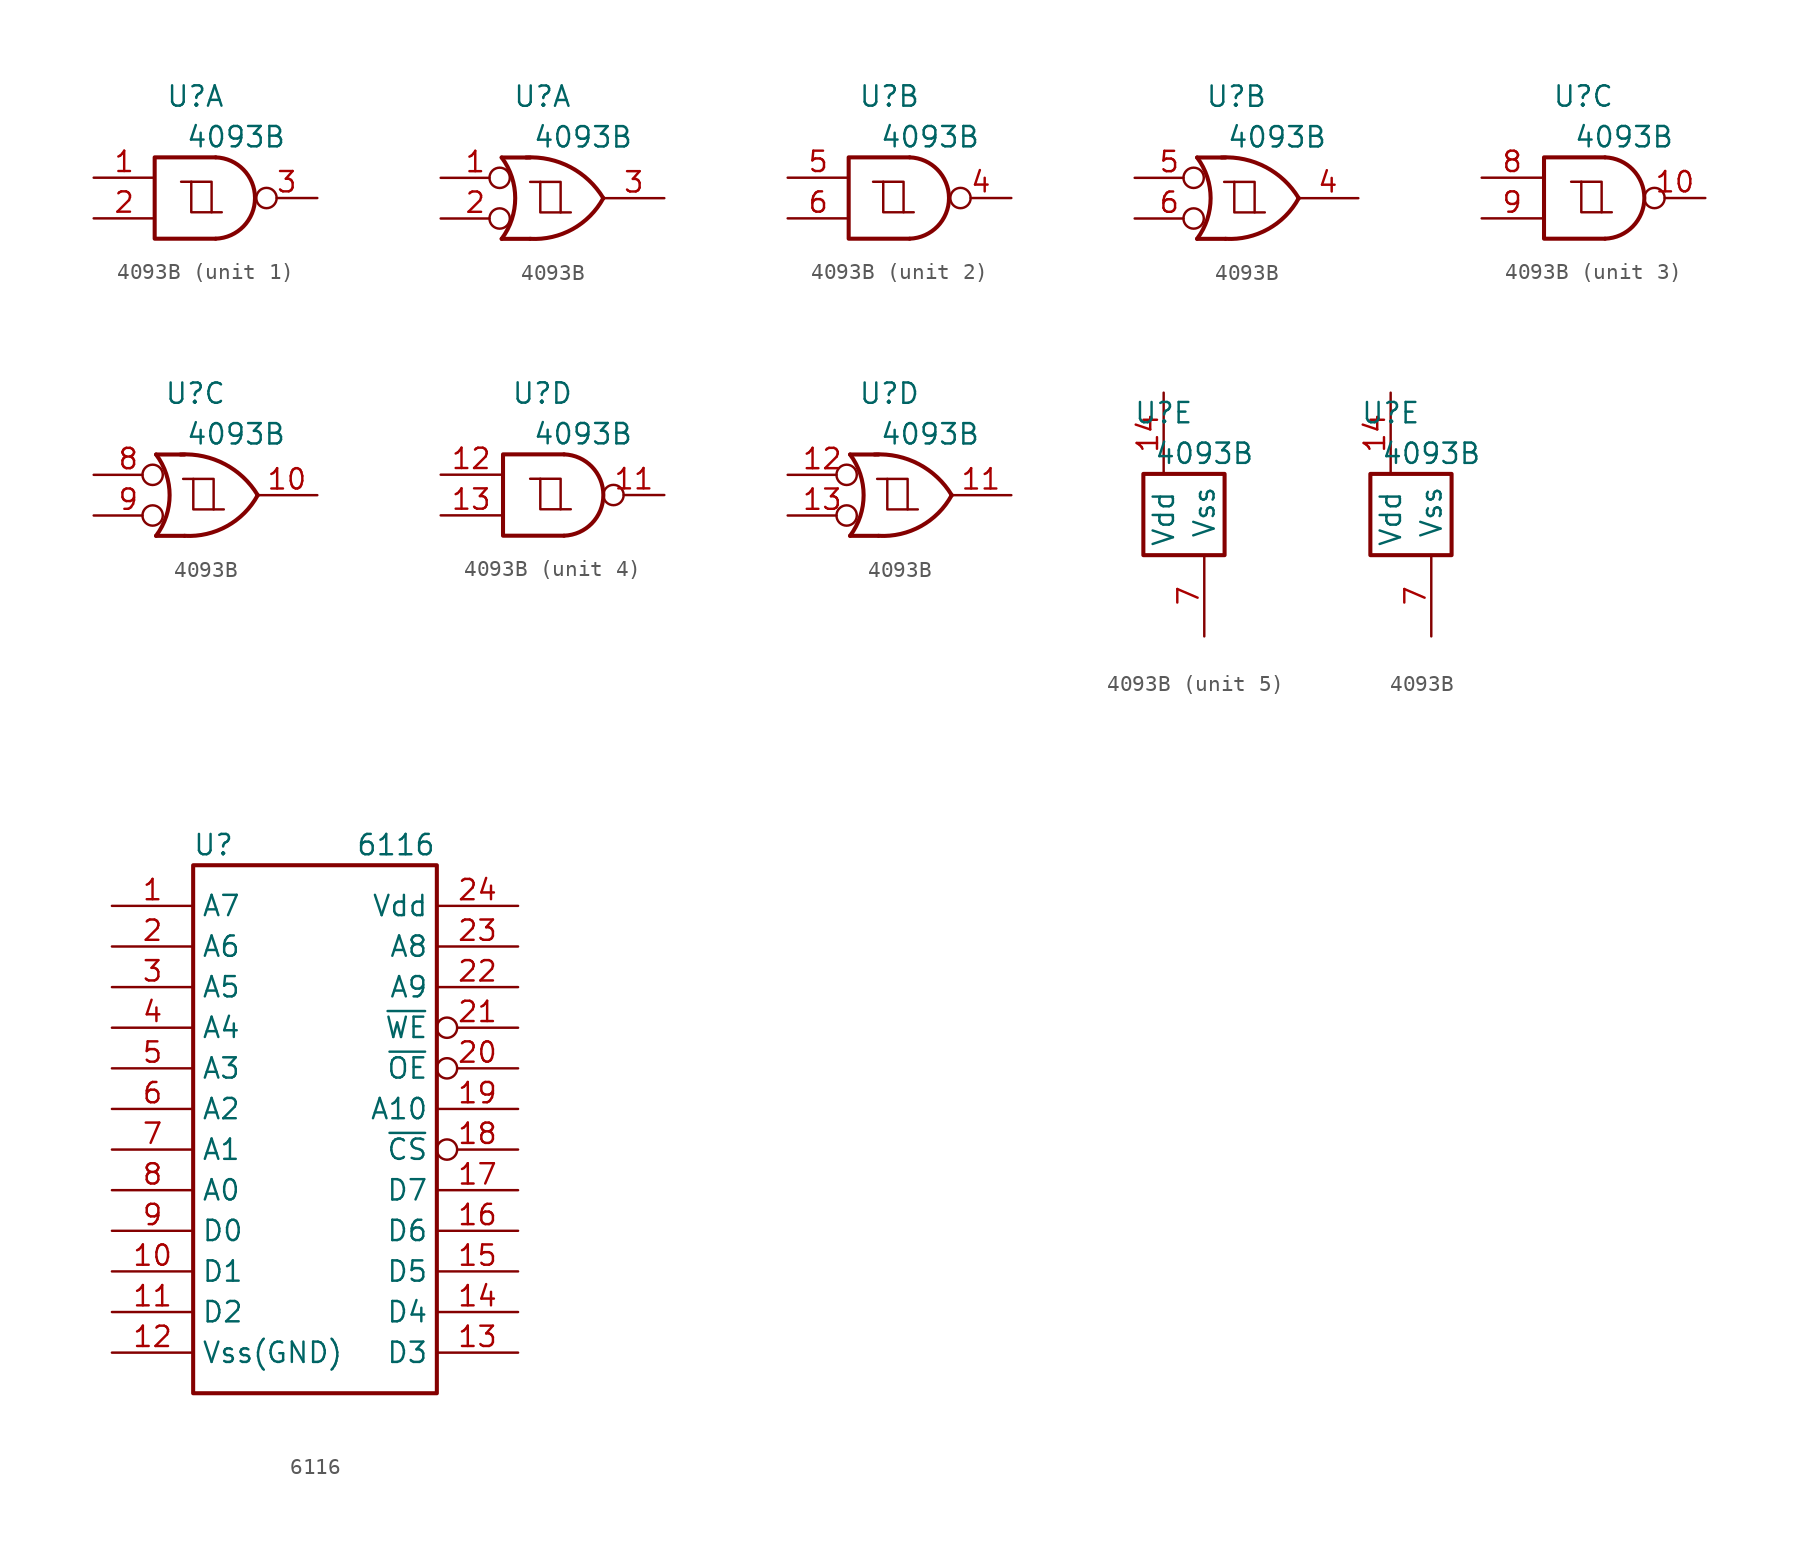
<source format=kicad_sym>
(kicad_symbol_lib
  (version 20241209)
  (generator "kicad_symbol_editor")
  (generator_version "9.0")
  (symbol "4093B"
    (pin_names
      (offset 1.016))
    (property "Reference" "U"
      (at -1.27 6.35 0)
      (effects (font (size 1.27 1.27))))
    (property "Value" "4093B"
      (at 1.27 3.81 0)
      (effects (font (size 1.27 1.27))))
    (property "ki_locked" ""
      (at 0 0 0)
      (effects (font (size 1.27 1.27))))
    (symbol "4093B_1_1"
      (polyline (pts (xy -2.159 1.016) (xy -0.254 1.016) (xy -0.254 -0.889)) (stroke (width 0) (type default)) (fill (type none)))
      (polyline (pts (xy -1.524 1.016) (xy -1.524 -0.889) (xy 0.381 -0.889)) (stroke (width 0) (type default)) (fill (type none)))
      (arc (start 0 2.54) (mid 2.4571 0) (end 0 -2.54) (stroke (width 0.254) (type default)) (fill (type none)))
      (polyline (pts (xy 0 2.54) (xy -3.81 2.54) (xy -3.81 -2.54) (xy 0 -2.54)) (stroke (width 0.254) (type default)) (fill (type none)))
      (pin input line (at -7.62 1.27 0) (length 3.81) (name "~" (effects (font (size 1.27 1.27)))) (number "1" (effects (font (size 1.27 1.27)))))
      (pin input line (at -7.62 -1.27 0) (length 3.81) (name "~" (effects (font (size 1.27 1.27)))) (number "2" (effects (font (size 1.27 1.27)))))
      (pin output inverted (at 6.35 0 180) (length 3.81) (name "~" (effects (font (size 1.27 1.27)))) (number "3" (effects (font (size 1.27 1.27))))))
    (symbol "4093B_1_2"
      (arc (start -3.81 2.54) (mid -2.964 0) (end -3.81 -2.54) (stroke (width 0.254) (type default)) (fill (type none)))
      (polyline (pts (xy -3.81 2.54) (xy -2.032 2.54)) (stroke (width 0.254) (type default)) (fill (type none)))
      (polyline (pts (xy -3.81 -2.54) (xy -2.032 -2.54)) (stroke (width 0.254) (type default)) (fill (type none)))
      (polyline (pts (xy -2.032 1.016) (xy -0.127 1.016) (xy -0.127 -0.889)) (stroke (width 0) (type default)) (fill (type none)))
      (arc (start -2.286 2.54) (mid 0.4797 1.9402) (end 2.54 0) (stroke (width 0.254) (type default)) (fill (type none)))
      (arc (start 2.54 0) (mid 0.6219 -1.9322) (end -2.032 -2.54) (stroke (width 0.254) (type default)) (fill (type none)))
      (polyline (pts (xy -1.397 1.016) (xy -1.397 -0.889) (xy 0.508 -0.889)) (stroke (width 0) (type default)) (fill (type none)))
      (polyline (pts (xy -1.27 2.54) (xy -3.81 2.54) (xy -3.175 1.27) (xy -2.794 0) (xy -3.175 -1.27) (xy -3.81 -2.54) (xy -1.27 -2.54)) (stroke (width -0.0001) (type default)) (fill (type none)))
      (pin input inverted (at -7.62 1.27 0) (length 4.318) (name "~" (effects (font (size 1.27 1.27)))) (number "1" (effects (font (size 1.27 1.27)))))
      (pin input inverted (at -7.62 -1.27 0) (length 4.318) (name "~" (effects (font (size 1.27 1.27)))) (number "2" (effects (font (size 1.27 1.27)))))
      (pin output line (at 6.35 0 180) (length 3.81) (name "~" (effects (font (size 1.27 1.27)))) (number "3" (effects (font (size 1.27 1.27))))))
    (symbol "4093B_2_1"
      (polyline (pts (xy -2.286 1.016) (xy -0.381 1.016) (xy -0.381 -0.889)) (stroke (width 0) (type default)) (fill (type none)))
      (polyline (pts (xy -1.651 1.016) (xy -1.651 -0.889) (xy 0.254 -0.889)) (stroke (width 0) (type default)) (fill (type none)))
      (arc (start 0 2.54) (mid 2.4571 0) (end 0 -2.54) (stroke (width 0.254) (type default)) (fill (type none)))
      (polyline (pts (xy 0 2.54) (xy -3.81 2.54) (xy -3.81 -2.54) (xy 0 -2.54)) (stroke (width 0.254) (type default)) (fill (type none)))
      (pin input line (at -7.62 1.27 0) (length 3.81) (name "~" (effects (font (size 1.27 1.27)))) (number "5" (effects (font (size 1.27 1.27)))))
      (pin input line (at -7.62 -1.27 0) (length 3.81) (name "~" (effects (font (size 1.27 1.27)))) (number "6" (effects (font (size 1.27 1.27)))))
      (pin output inverted (at 6.35 0 180) (length 3.81) (name "~" (effects (font (size 1.27 1.27)))) (number "4" (effects (font (size 1.27 1.27))))))
    (symbol "4093B_2_2"
      (arc (start -3.722 2.54) (mid -2.876 0) (end -3.722 -2.54) (stroke (width 0.254) (type default)) (fill (type none)))
      (polyline (pts (xy -3.722 2.54) (xy -1.944 2.54)) (stroke (width 0.254) (type default)) (fill (type none)))
      (polyline (pts (xy -3.722 -2.54) (xy -1.944 -2.54)) (stroke (width 0.254) (type default)) (fill (type none)))
      (polyline (pts (xy -2.032 1.016) (xy -0.127 1.016) (xy -0.127 -0.889)) (stroke (width 0) (type default)) (fill (type none)))
      (arc (start -2.198 2.54) (mid 0.5677 1.9402) (end 2.628 0) (stroke (width 0.254) (type default)) (fill (type none)))
      (arc (start 2.628 0) (mid 0.7099 -1.9322) (end -1.944 -2.54) (stroke (width 0.254) (type default)) (fill (type none)))
      (polyline (pts (xy -1.397 1.016) (xy -1.397 -0.889) (xy 0.508 -0.889)) (stroke (width 0) (type default)) (fill (type none)))
      (polyline (pts (xy -1.182 2.54) (xy -3.722 2.54) (xy -3.087 1.27) (xy -2.706 0) (xy -3.087 -1.27) (xy -3.722 -2.54) (xy -1.182 -2.54)) (stroke (width -0.0001) (type default)) (fill (type none)))
      (pin input inverted (at -7.62 1.27 0) (length 4.318) (name "~" (effects (font (size 1.27 1.27)))) (number "5" (effects (font (size 1.27 1.27)))))
      (pin input inverted (at -7.62 -1.27 0) (length 4.318) (name "~" (effects (font (size 1.27 1.27)))) (number "6" (effects (font (size 1.27 1.27)))))
      (pin output line (at 6.35 0 180) (length 3.81) (name "~" (effects (font (size 1.27 1.27)))) (number "4" (effects (font (size 1.27 1.27))))))
    (symbol "4093B_3_1"
      (polyline (pts (xy -2.032 1.016) (xy -0.127 1.016) (xy -0.127 -0.889)) (stroke (width 0) (type default)) (fill (type none)))
      (polyline (pts (xy -1.397 1.016) (xy -1.397 -0.889) (xy 0.508 -0.889)) (stroke (width 0) (type default)) (fill (type none)))
      (arc (start 0.0843 2.54) (mid 2.5414 0) (end 0.0843 -2.54) (stroke (width 0.254) (type default)) (fill (type none)))
      (polyline (pts (xy 0.084 2.54) (xy -3.726 2.54) (xy -3.726 -2.54) (xy 0.084 -2.54)) (stroke (width 0.254) (type default)) (fill (type none)))
      (pin input line (at -7.62 1.27 0) (length 3.81) (name "~" (effects (font (size 1.27 1.27)))) (number "8" (effects (font (size 1.27 1.27)))))
      (pin input line (at -7.62 -1.27 0) (length 3.81) (name "~" (effects (font (size 1.27 1.27)))) (number "9" (effects (font (size 1.27 1.27)))))
      (pin output inverted (at 6.35 0 180) (length 3.81) (name "~" (effects (font (size 1.27 1.27)))) (number "10" (effects (font (size 1.27 1.27))))))
    (symbol "4093B_3_2"
      (arc (start -3.722 2.54) (mid -2.876 0) (end -3.722 -2.54) (stroke (width 0.254) (type default)) (fill (type none)))
      (polyline (pts (xy -3.722 2.54) (xy -1.944 2.54)) (stroke (width 0.254) (type default)) (fill (type none)))
      (polyline (pts (xy -3.722 -2.54) (xy -1.944 -2.54)) (stroke (width 0.254) (type default)) (fill (type none)))
      (polyline (pts (xy -2.032 1.016) (xy -0.127 1.016) (xy -0.127 -0.889)) (stroke (width 0) (type default)) (fill (type none)))
      (arc (start -2.198 2.54) (mid 0.5677 1.9402) (end 2.628 0) (stroke (width 0.254) (type default)) (fill (type none)))
      (arc (start 2.628 0) (mid 0.7099 -1.9322) (end -1.944 -2.54) (stroke (width 0.254) (type default)) (fill (type none)))
      (polyline (pts (xy -1.397 1.016) (xy -1.397 -0.889) (xy 0.508 -0.889)) (stroke (width 0) (type default)) (fill (type none)))
      (polyline (pts (xy -1.182 2.54) (xy -3.722 2.54) (xy -3.087 1.27) (xy -2.706 0) (xy -3.087 -1.27) (xy -3.722 -2.54) (xy -1.182 -2.54)) (stroke (width -0.0001) (type default)) (fill (type none)))
      (pin input inverted (at -7.62 1.27 0) (length 4.318) (name "~" (effects (font (size 1.27 1.27)))) (number "8" (effects (font (size 1.27 1.27)))))
      (pin input inverted (at -7.62 -1.27 0) (length 4.318) (name "~" (effects (font (size 1.27 1.27)))) (number "9" (effects (font (size 1.27 1.27)))))
      (pin output line (at 6.35 0 180) (length 3.81) (name "~" (effects (font (size 1.27 1.27)))) (number "10" (effects (font (size 1.27 1.27))))))
    (symbol "4093B_4_1"
      (polyline (pts (xy -2.032 1.016) (xy -0.127 1.016) (xy -0.127 -0.889)) (stroke (width 0) (type default)) (fill (type none)))
      (polyline (pts (xy -1.397 1.016) (xy -1.397 -0.889) (xy 0.508 -0.889)) (stroke (width 0) (type default)) (fill (type none)))
      (arc (start 0.0843 2.54) (mid 2.5414 0) (end 0.0843 -2.54) (stroke (width 0.254) (type default)) (fill (type none)))
      (polyline (pts (xy 0.084 2.54) (xy -3.726 2.54) (xy -3.726 -2.54) (xy 0.084 -2.54)) (stroke (width 0.254) (type default)) (fill (type none)))
      (pin input line (at -7.62 1.27 0) (length 3.81) (name "~" (effects (font (size 1.27 1.27)))) (number "12" (effects (font (size 1.27 1.27)))))
      (pin input line (at -7.62 -1.27 0) (length 3.81) (name "~" (effects (font (size 1.27 1.27)))) (number "13" (effects (font (size 1.27 1.27)))))
      (pin output inverted (at 6.35 0 180) (length 3.81) (name "~" (effects (font (size 1.27 1.27)))) (number "11" (effects (font (size 1.27 1.27))))))
    (symbol "4093B_4_2"
      (arc (start -3.722 2.54) (mid -2.876 0) (end -3.722 -2.54) (stroke (width 0.254) (type default)) (fill (type none)))
      (polyline (pts (xy -3.722 2.54) (xy -1.944 2.54)) (stroke (width 0.254) (type default)) (fill (type none)))
      (polyline (pts (xy -3.722 -2.54) (xy -1.944 -2.54)) (stroke (width 0.254) (type default)) (fill (type none)))
      (polyline (pts (xy -2.032 1.016) (xy -0.127 1.016) (xy -0.127 -0.889)) (stroke (width 0) (type default)) (fill (type none)))
      (arc (start -2.198 2.54) (mid 0.5677 1.9402) (end 2.628 0) (stroke (width 0.254) (type default)) (fill (type none)))
      (arc (start 2.628 0) (mid 0.7099 -1.9322) (end -1.944 -2.54) (stroke (width 0.254) (type default)) (fill (type none)))
      (polyline (pts (xy -1.397 1.016) (xy -1.397 -0.889) (xy 0.508 -0.889)) (stroke (width 0) (type default)) (fill (type none)))
      (polyline (pts (xy -1.182 2.54) (xy -3.722 2.54) (xy -3.087 1.27) (xy -2.706 0) (xy -3.087 -1.27) (xy -3.722 -2.54) (xy -1.182 -2.54)) (stroke (width -0.0001) (type default)) (fill (type none)))
      (pin input inverted (at -7.62 1.27 0) (length 4.318) (name "~" (effects (font (size 1.27 1.27)))) (number "12" (effects (font (size 1.27 1.27)))))
      (pin input inverted (at -7.62 -1.27 0) (length 4.318) (name "~" (effects (font (size 1.27 1.27)))) (number "13" (effects (font (size 1.27 1.27)))))
      (pin output line (at 6.35 0 180) (length 3.81) (name "~" (effects (font (size 1.27 1.27)))) (number "11" (effects (font (size 1.27 1.27))))))
    (symbol "4093B_5_0"
      (rectangle (start -2.54 2.54) (end 2.54 -2.54) (stroke (width 0.254) (type default)) (fill (type none)))
      (pin power_in line (at -1.27 7.62 270) (length 5.08) (name "Vdd" (effects (font (size 1.27 1.27)))) (number "14" (effects (font (size 1.27 1.27)))))
      (pin power_in line (at 1.27 -7.62 90) (length 5.08) (name "Vss" (effects (font (size 1.27 1.27)))) (number "7" (effects (font (size 1.27 1.27)))))))
  (symbol "6116"
    (property "Reference" "U"
      (at -6.35 24.13 0)
      (effects (font (size 1.27 1.27))))
    (property "Value" "6116"
      (at 2.54 24.13 0)
      (effects (font (size 1.27 1.27)) (justify left)))
    (symbol "6116_1_1"
      (rectangle (start -7.62 22.86) (end 7.62 -10.16) (stroke (width 0.254) (type default)) (fill (type none)))
      (pin input line (at -12.7 20.32 0) (length 5.08) (name "A7" (effects (font (size 1.27 1.27)))) (number "1" (effects (font (size 1.27 1.27)))))
      (pin input line (at -12.7 17.78 0) (length 5.08) (name "A6" (effects (font (size 1.27 1.27)))) (number "2" (effects (font (size 1.27 1.27)))))
      (pin input line (at -12.7 15.24 0) (length 5.08) (name "A5" (effects (font (size 1.27 1.27)))) (number "3" (effects (font (size 1.27 1.27)))))
      (pin input line (at -12.7 12.7 0) (length 5.08) (name "A4" (effects (font (size 1.27 1.27)))) (number "4" (effects (font (size 1.27 1.27)))))
      (pin input line (at -12.7 10.16 0) (length 5.08) (name "A3" (effects (font (size 1.27 1.27)))) (number "5" (effects (font (size 1.27 1.27)))))
      (pin input line (at -12.7 7.62 0) (length 5.08) (name "A2" (effects (font (size 1.27 1.27)))) (number "6" (effects (font (size 1.27 1.27)))))
      (pin input line (at -12.7 5.08 0) (length 5.08) (name "A1" (effects (font (size 1.27 1.27)))) (number "7" (effects (font (size 1.27 1.27)))))
      (pin input line (at -12.7 2.54 0) (length 5.08) (name "A0" (effects (font (size 1.27 1.27)))) (number "8" (effects (font (size 1.27 1.27)))))
      (pin tri_state line (at -12.7 0 0) (length 5.08) (name "D0" (effects (font (size 1.27 1.27)))) (number "9" (effects (font (size 1.27 1.27)))))
      (pin tri_state line (at -12.7 -2.54 0) (length 5.08) (name "D1" (effects (font (size 1.27 1.27)))) (number "10" (effects (font (size 1.27 1.27)))))
      (pin tri_state line (at -12.7 -5.08 0) (length 5.08) (name "D2" (effects (font (size 1.27 1.27)))) (number "11" (effects (font (size 1.27 1.27)))))
      (pin power_in line (at -12.7 -7.62 0) (length 5.08) (name "Vss(GND)" (effects (font (size 1.27 1.27)))) (number "12" (effects (font (size 1.27 1.27)))))
      (pin power_in line (at 12.7 20.32 180) (length 5.08) (name "Vdd" (effects (font (size 1.27 1.27)))) (number "24" (effects (font (size 1.27 1.27)))))
      (pin input line (at 12.7 17.78 180) (length 5.08) (name "A8" (effects (font (size 1.27 1.27)))) (number "23" (effects (font (size 1.27 1.27)))))
      (pin input line (at 12.7 15.24 180) (length 5.08) (name "A9" (effects (font (size 1.27 1.27)))) (number "22" (effects (font (size 1.27 1.27)))))
      (pin input inverted (at 12.7 12.7 180) (length 5.08) (name "~{WE}" (effects (font (size 1.27 1.27)))) (number "21" (effects (font (size 1.27 1.27)))))
      (pin input inverted (at 12.7 10.16 180) (length 5.08) (name "~{OE}" (effects (font (size 1.27 1.27)))) (number "20" (effects (font (size 1.27 1.27)))))
      (pin input line (at 12.7 7.62 180) (length 5.08) (name "A10" (effects (font (size 1.27 1.27)))) (number "19" (effects (font (size 1.27 1.27)))))
      (pin input inverted (at 12.7 5.08 180) (length 5.08) (name "~{CS}" (effects (font (size 1.27 1.27)))) (number "18" (effects (font (size 1.27 1.27)))))
      (pin tri_state line (at 12.7 2.54 180) (length 5.08) (name "D7" (effects (font (size 1.27 1.27)))) (number "17" (effects (font (size 1.27 1.27)))))
      (pin tri_state line (at 12.7 0 180) (length 5.08) (name "D6" (effects (font (size 1.27 1.27)))) (number "16" (effects (font (size 1.27 1.27)))))
      (pin tri_state line (at 12.7 -2.54 180) (length 5.08) (name "D5" (effects (font (size 1.27 1.27)))) (number "15" (effects (font (size 1.27 1.27)))))
      (pin tri_state line (at 12.7 -5.08 180) (length 5.08) (name "D4" (effects (font (size 1.27 1.27)))) (number "14" (effects (font (size 1.27 1.27)))))
      (pin tri_state line (at 12.7 -7.62 180) (length 5.08) (name "D3" (effects (font (size 1.27 1.27)))) (number "13" (effects (font (size 1.27 1.27))))))))
</source>
